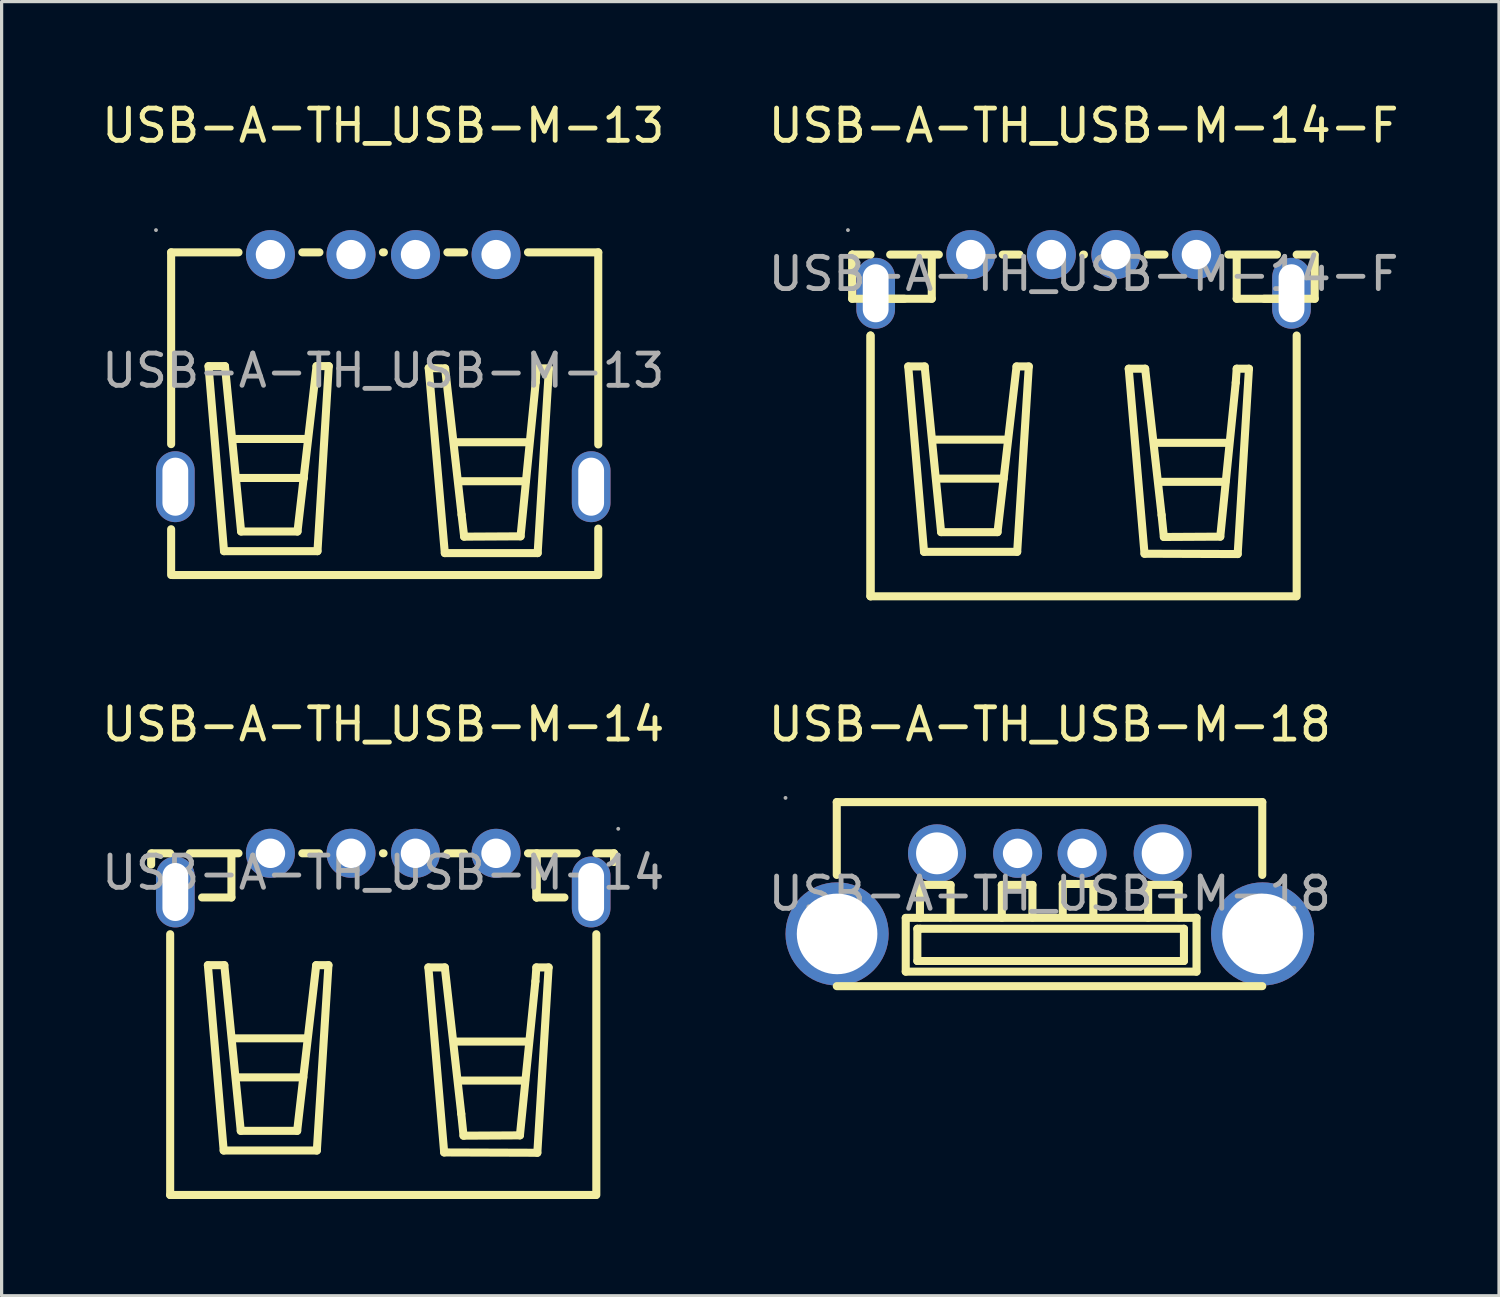
<source format=kicad_pcb>
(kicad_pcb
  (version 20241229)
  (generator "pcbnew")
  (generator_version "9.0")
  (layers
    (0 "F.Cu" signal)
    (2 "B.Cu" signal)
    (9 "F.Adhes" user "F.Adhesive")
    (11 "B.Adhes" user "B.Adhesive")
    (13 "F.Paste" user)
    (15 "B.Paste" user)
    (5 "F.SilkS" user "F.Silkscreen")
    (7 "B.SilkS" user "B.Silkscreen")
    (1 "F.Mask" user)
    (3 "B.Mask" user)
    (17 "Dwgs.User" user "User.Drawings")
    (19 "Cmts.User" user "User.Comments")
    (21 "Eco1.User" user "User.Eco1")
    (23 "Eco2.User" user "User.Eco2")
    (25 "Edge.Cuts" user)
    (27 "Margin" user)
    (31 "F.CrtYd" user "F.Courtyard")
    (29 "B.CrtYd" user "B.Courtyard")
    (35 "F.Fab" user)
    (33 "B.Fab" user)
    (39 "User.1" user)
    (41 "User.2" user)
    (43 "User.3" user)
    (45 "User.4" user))
  (footprint "USB-A-TH_USB-M-18"
    (layer "F.Cu")
    (at 29.518 24.672)
    (property "Reference" "USB-A-TH_USB-M-18" (at 0 -5.25 0) (layer "F.SilkS") (effects (font (size 1 1) (thickness 0.15))))
    (attr through_hole)
    (fp_line (start -6.61 -2.84) (end -6.61 -0.58) (stroke (width 0.25) (type solid)) (layer "F.SilkS"))
    (fp_line (start -6.61 -2.84) (end 6.59 -2.84) (stroke (width 0.25) (type solid)) (layer "F.SilkS"))
    (fp_line (start -6.61 2.87) (end 6.59 2.87) (stroke (width 0.25) (type solid)) (layer "F.SilkS"))
    (fp_line (start -4.47 0.75) (end 4.51 0.75) (stroke (width 0.25) (type solid)) (layer "F.SilkS"))
    (fp_line (start -4.47 2.42) (end -4.47 0.76) (stroke (width 0.25) (type solid)) (layer "F.SilkS"))
    (fp_line (start -4.11 1.09) (end -4.03 1.09) (stroke (width 0.25) (type solid)) (layer "F.SilkS"))
    (fp_line (start -4.11 2.09) (end -4.11 1.09) (stroke (width 0.25) (type solid)) (layer "F.SilkS"))
    (fp_line (start -4.03 -0.27) (end -3.08 -0.27) (stroke (width 0.25) (type solid)) (layer "F.SilkS"))
    (fp_line (start -4.03 0.75) (end -4.03 -0.27) (stroke (width 0.25) (type solid)) (layer "F.SilkS"))
    (fp_line (start -4.02 1.09) (end 4.16 1.09) (stroke (width 0.25) (type solid)) (layer "F.SilkS"))
    (fp_line (start -3.08 -0.27) (end -3.08 0.74) (stroke (width 0.25) (type solid)) (layer "F.SilkS"))
    (fp_line (start -1.49 -0.27) (end -0.54 -0.27) (stroke (width 0.25) (type solid)) (layer "F.SilkS"))
    (fp_line (start -1.49 0.75) (end -1.49 -0.27) (stroke (width 0.25) (type solid)) (layer "F.SilkS"))
    (fp_line (start -0.54 -0.27) (end -0.54 0.74) (stroke (width 0.25) (type solid)) (layer "F.SilkS"))
    (fp_line (start 0.4 -0.3) (end 1.35 -0.3) (stroke (width 0.25) (type solid)) (layer "F.SilkS"))
    (fp_line (start 0.4 0.72) (end 0.4 -0.3) (stroke (width 0.25) (type solid)) (layer "F.SilkS"))
    (fp_line (start 1.35 -0.3) (end 1.35 0.71) (stroke (width 0.25) (type solid)) (layer "F.SilkS"))
    (fp_line (start 3.05 -0.27) (end 4 -0.27) (stroke (width 0.25) (type solid)) (layer "F.SilkS"))
    (fp_line (start 3.05 0.75) (end 3.05 -0.27) (stroke (width 0.25) (type solid)) (layer "F.SilkS"))
    (fp_line (start 4 -0.27) (end 4 0.74) (stroke (width 0.25) (type solid)) (layer "F.SilkS"))
    (fp_line (start 4.16 1.09) (end 4.16 2.09) (stroke (width 0.25) (type solid)) (layer "F.SilkS"))
    (fp_line (start 4.16 2.09) (end -4.11 2.09) (stroke (width 0.25) (type solid)) (layer "F.SilkS"))
    (fp_line (start 4.51 0.75) (end 4.55 0.75) (stroke (width 0.25) (type solid)) (layer "F.SilkS"))
    (fp_line (start 4.55 0.75) (end 4.55 2.42) (stroke (width 0.25) (type solid)) (layer "F.SilkS"))
    (fp_line (start 4.55 2.42) (end -4.47 2.42) (stroke (width 0.25) (type solid)) (layer "F.SilkS"))
    (fp_line (start 6.59 -2.84) (end 6.59 -0.58) (stroke (width 0.25) (type solid)) (layer "F.SilkS"))
    (fp_circle (center -8.2 -2.97) (end -8.17 -2.97) (stroke (width 0.06) (type solid)) (fill no) (layer "F.Fab"))
    (fp_circle (center -6.6 1.25) (end -6.02 1.25) (stroke (width 1.15) (type solid)) (fill no) (layer "F.Fab"))
    (fp_circle (center -3.5 -1.25) (end -3.22 -1.25) (stroke (width 0.55) (type solid)) (fill no) (layer "F.Fab"))
    (fp_circle (center -1 -1.25) (end -0.82 -1.25) (stroke (width 0.36) (type solid)) (fill no) (layer "F.Fab"))
    (fp_circle (center 1 -1.25) (end 1.18 -1.25) (stroke (width 0.36) (type solid)) (fill no) (layer "F.Fab"))
    (fp_circle (center 3.5 -1.25) (end 3.78 -1.25) (stroke (width 0.55) (type solid)) (fill no) (layer "F.Fab"))
    (fp_circle (center 6.6 1.25) (end 7.18 1.25) (stroke (width 1.15) (type solid)) (fill no) (layer "F.Fab"))
    (fp_text user "${REFERENCE}" (at 0 0 0) (layer "F.Fab") (effects (font (size 1 1) (thickness 0.15))))
    (pad "1" thru_hole circle (at -3.5 -1.25 180) (size 1.8 1.8) (drill 1.3) (layers "*.Cu" "*.Paste" "*.Mask"))
    (pad "2" thru_hole circle (at -1 -1.25 180) (size 1.52 1.52) (drill 0.914) (layers "*.Cu" "*.Paste" "*.Mask"))
    (pad "3" thru_hole circle (at 1 -1.25 180) (size 1.52 1.52) (drill 0.914) (layers "*.Cu" "*.Paste" "*.Mask"))
    (pad "4" thru_hole circle (at 3.5 -1.25 180) (size 1.8 1.8) (drill 1.3) (layers "*.Cu" "*.Paste" "*.Mask"))
    (pad "5" thru_hole circle (at 6.6 1.25 90) (size 3.2 3.2) (drill 2.5) (layers "*.Cu" "*.Paste" "*.Mask"))
    (pad "6" thru_hole circle (at -6.6 1.25 270) (size 3.2 3.2) (drill 2.5) (layers "*.Cu" "*.Paste" "*.Mask")))
  (footprint "USB-A-TH_USB-M-14"
    (layer "F.Cu")
    (at 8.839 24.021)
    (property "Reference" "USB-A-TH_USB-M-14" (at 0 -4.6 0) (layer "F.SilkS") (effects (font (size 1 1) (thickness 0.15))))
    (attr through_hole)
    (fp_line (start -7.2 -0.25) (end -7.2 -0.6) (stroke (width 0.25) (type solid)) (layer "F.SilkS"))
    (fp_line (start -6.61 -0.6) (end -7.16 -0.6) (stroke (width 0.25) (type solid)) (layer "F.SilkS"))
    (fp_line (start -6.61 1.91) (end -6.61 10) (stroke (width 0.25) (type solid)) (layer "F.SilkS"))
    (fp_line (start -6.61 10) (end 6.59 10) (stroke (width 0.25) (type solid)) (layer "F.SilkS"))
    (fp_line (start -6 -0.6) (end -4.49 -0.6) (stroke (width 0.25) (type solid)) (layer "F.SilkS"))
    (fp_line (start -5.44 2.87) (end -4.93 2.87) (stroke (width 0.25) (type solid)) (layer "F.SilkS"))
    (fp_line (start -4.95 8.62) (end -5.44 2.87) (stroke (width 0.25) (type solid)) (layer "F.SilkS"))
    (fp_line (start -4.93 2.87) (end -4.42 8.01) (stroke (width 0.25) (type solid)) (layer "F.SilkS"))
    (fp_line (start -4.71 -0.58) (end -4.71 0.77) (stroke (width 0.25) (type solid)) (layer "F.SilkS"))
    (fp_line (start -4.71 0.77) (end -5.62 0.77) (stroke (width 0.25) (type solid)) (layer "F.SilkS"))
    (fp_line (start -4.65 5.14) (end -2.39 5.14) (stroke (width 0.25) (type solid)) (layer "F.SilkS"))
    (fp_line (start -4.51 6.35) (end -2.48 6.35) (stroke (width 0.25) (type solid)) (layer "F.SilkS"))
    (fp_line (start -4.42 8.01) (end -2.67 8.01) (stroke (width 0.25) (type solid)) (layer "F.SilkS"))
    (fp_line (start -2.67 8.01) (end -2.08 2.87) (stroke (width 0.25) (type solid)) (layer "F.SilkS"))
    (fp_line (start -2.51 -0.6) (end -1.99 -0.6) (stroke (width 0.25) (type solid)) (layer "F.SilkS"))
    (fp_line (start -2.08 2.87) (end -1.7 2.87) (stroke (width 0.25) (type solid)) (layer "F.SilkS"))
    (fp_line (start -2.06 8.62) (end -4.95 8.62) (stroke (width 0.25) (type solid)) (layer "F.SilkS"))
    (fp_line (start -1.7 2.87) (end -2.06 8.62) (stroke (width 0.25) (type solid)) (layer "F.SilkS"))
    (fp_line (start -0.01 -0.6) (end 0.01 -0.6) (stroke (width 0.25) (type solid)) (layer "F.SilkS"))
    (fp_line (start 1.4 2.94) (end 1.91 2.94) (stroke (width 0.25) (type solid)) (layer "F.SilkS"))
    (fp_line (start 1.89 8.68) (end 1.4 2.94) (stroke (width 0.25) (type solid)) (layer "F.SilkS"))
    (fp_line (start 1.91 2.94) (end 2.42 7.48) (stroke (width 0.25) (type solid)) (layer "F.SilkS"))
    (fp_line (start 1.99 -0.6) (end 2.51 -0.6) (stroke (width 0.25) (type solid)) (layer "F.SilkS"))
    (fp_line (start 2.23 5.24) (end 4.49 5.24) (stroke (width 0.25) (type solid)) (layer "F.SilkS"))
    (fp_line (start 2.37 6.45) (end 4.4 6.45) (stroke (width 0.25) (type solid)) (layer "F.SilkS"))
    (fp_line (start 2.42 7.48) (end 2.49 8.16) (stroke (width 0.25) (type solid)) (layer "F.SilkS"))
    (fp_line (start 2.49 8.16) (end 4.24 8.15) (stroke (width 0.25) (type solid)) (layer "F.SilkS"))
    (fp_line (start 4.24 8.15) (end 4.72 3.37) (stroke (width 0.25) (type solid)) (layer "F.SilkS"))
    (fp_line (start 4.49 -0.6) (end 6 -0.6) (stroke (width 0.25) (type solid)) (layer "F.SilkS"))
    (fp_line (start 4.72 3.37) (end 4.75 2.94) (stroke (width 0.25) (type solid)) (layer "F.SilkS"))
    (fp_line (start 4.75 -0.58) (end 4.75 0.77) (stroke (width 0.25) (type solid)) (layer "F.SilkS"))
    (fp_line (start 4.75 2.94) (end 5.13 2.94) (stroke (width 0.25) (type solid)) (layer "F.SilkS"))
    (fp_line (start 4.76 -0.6) (end 4.76 0.77) (stroke (width 0.25) (type solid)) (layer "F.SilkS"))
    (fp_line (start 4.76 0.77) (end 5.62 0.77) (stroke (width 0.25) (type solid)) (layer "F.SilkS"))
    (fp_line (start 4.78 8.69) (end 1.89 8.68) (stroke (width 0.25) (type solid)) (layer "F.SilkS"))
    (fp_line (start 5.13 2.94) (end 4.78 8.69) (stroke (width 0.25) (type solid)) (layer "F.SilkS"))
    (fp_line (start 6.61 -0.6) (end 7.16 -0.6) (stroke (width 0.25) (type solid)) (layer "F.SilkS"))
    (fp_line (start 6.61 1.91) (end 6.61 10) (stroke (width 0.25) (type solid)) (layer "F.SilkS"))
    (fp_line (start 7.16 -0.6) (end 7.16 -0.33) (stroke (width 0.25) (type solid)) (layer "F.SilkS"))
    (fp_circle (center -3.5 -0.6) (end -3.32 -0.6) (stroke (width 0.36) (type solid)) (fill no) (layer "F.Fab"))
    (fp_circle (center -1 -0.6) (end -0.82 -0.6) (stroke (width 0.36) (type solid)) (fill no) (layer "F.Fab"))
    (fp_circle (center 1 -0.6) (end 1.18 -0.6) (stroke (width 0.36) (type solid)) (fill no) (layer "F.Fab"))
    (fp_circle (center 3.5 -0.6) (end 3.68 -0.6) (stroke (width 0.36) (type solid)) (fill no) (layer "F.Fab"))
    (fp_circle (center 7.29 -1.36) (end 7.32 -1.36) (stroke (width 0.06) (type solid)) (fill no) (layer "F.Fab"))
    (fp_text user "${REFERENCE}" (at 0 0 0) (layer "F.Fab") (effects (font (size 1 1) (thickness 0.15))))
    (pad "1" thru_hole circle (at 3.5 -0.6) (size 1.52 1.52) (drill 0.914) (layers "*.Cu" "*.Paste" "*.Mask"))
    (pad "2" thru_hole circle (at 1 -0.6) (size 1.52 1.52) (drill 0.914) (layers "*.Cu" "*.Paste" "*.Mask"))
    (pad "3" thru_hole circle (at -1 -0.6) (size 1.52 1.52) (drill 0.914) (layers "*.Cu" "*.Paste" "*.Mask"))
    (pad "4" thru_hole circle (at -3.5 -0.6) (size 1.52 1.52) (drill 0.914) (layers "*.Cu" "*.Paste" "*.Mask"))
    (pad "5" thru_hole oval (at -6.45 0.6 270) (size 2.2 1.2) (drill oval 1.8 0.8) (layers "*.Cu" "*.Paste" "*.Mask"))
    (pad "6" thru_hole oval (at 6.45 0.6 90) (size 2.2 1.2) (drill oval 1.8 0.8) (layers "*.Cu" "*.Paste" "*.Mask")))
  (footprint "USB-A-TH_USB-M-14-F"
    (layer "F.Cu")
    (at 30.565 5.448)
    (property "Reference" "USB-A-TH_USB-M-14-F" (at 0 -4.6 0) (layer "F.SilkS") (effects (font (size 1 1) (thickness 0.15))))
    (attr through_hole)
    (fp_line (start -7.18 -0.6) (end -7.18 -0.6) (stroke (width 0.25) (type solid)) (layer "F.SilkS"))
    (fp_line (start -7.18 -0.6) (end -7.18 0.77) (stroke (width 0.25) (type solid)) (layer "F.SilkS"))
    (fp_line (start -7.18 0.77) (end -5.56 0.77) (stroke (width 0.25) (type solid)) (layer "F.SilkS"))
    (fp_line (start -6.61 -0.6) (end -7.16 -0.6) (stroke (width 0.25) (type solid)) (layer "F.SilkS"))
    (fp_line (start -6.61 1.91) (end -6.61 10) (stroke (width 0.25) (type solid)) (layer "F.SilkS"))
    (fp_line (start -6.61 1.91) (end -6.61 10) (stroke (width 0.25) (type solid)) (layer "F.SilkS"))
    (fp_line (start -6.61 10) (end 6.59 10) (stroke (width 0.25) (type solid)) (layer "F.SilkS"))
    (fp_line (start -6 -0.6) (end -4.49 -0.6) (stroke (width 0.25) (type solid)) (layer "F.SilkS"))
    (fp_line (start -5.44 2.87) (end -4.93 2.87) (stroke (width 0.25) (type solid)) (layer "F.SilkS"))
    (fp_line (start -4.95 8.62) (end -5.44 2.87) (stroke (width 0.25) (type solid)) (layer "F.SilkS"))
    (fp_line (start -4.93 2.87) (end -4.42 8.01) (stroke (width 0.25) (type solid)) (layer "F.SilkS"))
    (fp_line (start -4.71 -0.58) (end -4.71 0.77) (stroke (width 0.25) (type solid)) (layer "F.SilkS"))
    (fp_line (start -4.71 0.77) (end -6.59 0.77) (stroke (width 0.25) (type solid)) (layer "F.SilkS"))
    (fp_line (start -4.65 5.14) (end -2.39 5.14) (stroke (width 0.25) (type solid)) (layer "F.SilkS"))
    (fp_line (start -4.51 6.35) (end -2.48 6.35) (stroke (width 0.25) (type solid)) (layer "F.SilkS"))
    (fp_line (start -4.42 8.01) (end -2.67 8.01) (stroke (width 0.25) (type solid)) (layer "F.SilkS"))
    (fp_line (start -2.67 8.01) (end -2.08 2.87) (stroke (width 0.25) (type solid)) (layer "F.SilkS"))
    (fp_line (start -2.51 -0.6) (end -1.99 -0.6) (stroke (width 0.25) (type solid)) (layer "F.SilkS"))
    (fp_line (start -2.08 2.87) (end -1.7 2.87) (stroke (width 0.25) (type solid)) (layer "F.SilkS"))
    (fp_line (start -2.06 8.62) (end -4.95 8.62) (stroke (width 0.25) (type solid)) (layer "F.SilkS"))
    (fp_line (start -1.7 2.87) (end -2.06 8.62) (stroke (width 0.25) (type solid)) (layer "F.SilkS"))
    (fp_line (start -0.01 -0.6) (end 0.01 -0.6) (stroke (width 0.25) (type solid)) (layer "F.SilkS"))
    (fp_line (start 1.4 2.94) (end 1.91 2.94) (stroke (width 0.25) (type solid)) (layer "F.SilkS"))
    (fp_line (start 1.89 8.68) (end 1.4 2.94) (stroke (width 0.25) (type solid)) (layer "F.SilkS"))
    (fp_line (start 1.91 2.94) (end 2.42 7.48) (stroke (width 0.25) (type solid)) (layer "F.SilkS"))
    (fp_line (start 1.99 -0.6) (end 2.51 -0.6) (stroke (width 0.25) (type solid)) (layer "F.SilkS"))
    (fp_line (start 2.23 5.24) (end 4.49 5.24) (stroke (width 0.25) (type solid)) (layer "F.SilkS"))
    (fp_line (start 2.37 6.45) (end 4.4 6.45) (stroke (width 0.25) (type solid)) (layer "F.SilkS"))
    (fp_line (start 2.42 7.48) (end 2.49 8.16) (stroke (width 0.25) (type solid)) (layer "F.SilkS"))
    (fp_line (start 2.49 8.16) (end 4.24 8.15) (stroke (width 0.25) (type solid)) (layer "F.SilkS"))
    (fp_line (start 4.24 8.15) (end 4.72 3.37) (stroke (width 0.25) (type solid)) (layer "F.SilkS"))
    (fp_line (start 4.49 -0.6) (end 6 -0.6) (stroke (width 0.25) (type solid)) (layer "F.SilkS"))
    (fp_line (start 4.72 3.37) (end 4.75 2.94) (stroke (width 0.25) (type solid)) (layer "F.SilkS"))
    (fp_line (start 4.75 -0.58) (end 4.75 0.77) (stroke (width 0.25) (type solid)) (layer "F.SilkS"))
    (fp_line (start 4.75 0.77) (end 6.63 0.77) (stroke (width 0.25) (type solid)) (layer "F.SilkS"))
    (fp_line (start 4.75 2.94) (end 5.13 2.94) (stroke (width 0.25) (type solid)) (layer "F.SilkS"))
    (fp_line (start 4.78 8.69) (end 1.89 8.68) (stroke (width 0.25) (type solid)) (layer "F.SilkS"))
    (fp_line (start 5.13 2.94) (end 4.78 8.69) (stroke (width 0.25) (type solid)) (layer "F.SilkS"))
    (fp_line (start 6.61 -0.6) (end 7.16 -0.6) (stroke (width 0.25) (type solid)) (layer "F.SilkS"))
    (fp_line (start 6.61 1.91) (end 6.61 10) (stroke (width 0.25) (type solid)) (layer "F.SilkS"))
    (fp_line (start 7.17 -0.6) (end 7.17 0.77) (stroke (width 0.25) (type solid)) (layer "F.SilkS"))
    (fp_line (start 7.17 0.77) (end 5.6 0.77) (stroke (width 0.25) (type solid)) (layer "F.SilkS"))
    (fp_circle (center -7.31 -1.36) (end -7.28 -1.36) (stroke (width 0.06) (type solid)) (fill no) (layer "F.Fab"))
    (fp_circle (center -3.5 -0.6) (end -3.32 -0.6) (stroke (width 0.36) (type solid)) (fill no) (layer "F.Fab"))
    (fp_circle (center -1 -0.6) (end -0.82 -0.6) (stroke (width 0.36) (type solid)) (fill no) (layer "F.Fab"))
    (fp_circle (center 1 -0.6) (end 1.18 -0.6) (stroke (width 0.36) (type solid)) (fill no) (layer "F.Fab"))
    (fp_circle (center 3.5 -0.6) (end 3.68 -0.6) (stroke (width 0.36) (type solid)) (fill no) (layer "F.Fab"))
    (fp_text user "${REFERENCE}" (at 0 0 0) (layer "F.Fab") (effects (font (size 1 1) (thickness 0.15))))
    (pad "1" thru_hole circle (at -3.5 -0.6) (size 1.52 1.52) (drill 0.914) (layers "*.Cu" "*.Paste" "*.Mask"))
    (pad "2" thru_hole circle (at -1 -0.6) (size 1.52 1.52) (drill 0.914) (layers "*.Cu" "*.Paste" "*.Mask"))
    (pad "3" thru_hole circle (at 1 -0.6) (size 1.52 1.52) (drill 0.914) (layers "*.Cu" "*.Paste" "*.Mask"))
    (pad "4" thru_hole circle (at 3.5 -0.6) (size 1.52 1.52) (drill 0.914) (layers "*.Cu" "*.Paste" "*.Mask"))
    (pad "5" thru_hole oval (at 6.45 0.6 90) (size 2.2 1.2) (drill oval 1.8 0.8) (layers "*.Cu" "*.Paste" "*.Mask"))
    (pad "6" thru_hole oval (at -6.45 0.6 270) (size 2.2 1.2) (drill oval 1.8 0.8) (layers "*.Cu" "*.Paste" "*.Mask")))
  (footprint "USB-A-TH_USB-M-13"
    (layer "F.Cu")
    (at 8.839 8.448)
    (property "Reference" "USB-A-TH_USB-M-13" (at 0 -7.6 0) (layer "F.SilkS") (effects (font (size 1 1) (thickness 0.15))))
    (attr through_hole)
    (fp_line (start -6.58 -3.67) (end -6.58 2.28) (stroke (width 0.25) (type solid)) (layer "F.SilkS"))
    (fp_line (start -6.58 4.92) (end -6.58 6.34) (stroke (width 0.25) (type solid)) (layer "F.SilkS"))
    (fp_line (start -6.54 6.34) (end 6.66 6.34) (stroke (width 0.25) (type solid)) (layer "F.SilkS"))
    (fp_line (start -5.42 -0.14) (end -4.91 -0.14) (stroke (width 0.25) (type solid)) (layer "F.SilkS"))
    (fp_line (start -4.94 5.6) (end -5.42 -0.14) (stroke (width 0.25) (type solid)) (layer "F.SilkS"))
    (fp_line (start -4.91 -0.14) (end -4.41 4.99) (stroke (width 0.25) (type solid)) (layer "F.SilkS"))
    (fp_line (start -4.63 2.12) (end -2.37 2.12) (stroke (width 0.25) (type solid)) (layer "F.SilkS"))
    (fp_line (start -4.49 -3.67) (end -6.58 -3.67) (stroke (width 0.25) (type solid)) (layer "F.SilkS"))
    (fp_line (start -4.49 3.33) (end -2.46 3.33) (stroke (width 0.25) (type solid)) (layer "F.SilkS"))
    (fp_line (start -4.41 4.99) (end -2.66 4.99) (stroke (width 0.25) (type solid)) (layer "F.SilkS"))
    (fp_line (start -2.66 4.99) (end -2.07 -0.14) (stroke (width 0.25) (type solid)) (layer "F.SilkS"))
    (fp_line (start -2.07 -0.14) (end -1.69 -0.14) (stroke (width 0.25) (type solid)) (layer "F.SilkS"))
    (fp_line (start -2.04 5.6) (end -4.94 5.6) (stroke (width 0.25) (type solid)) (layer "F.SilkS"))
    (fp_line (start -1.98 -3.67) (end -2.51 -3.67) (stroke (width 0.25) (type solid)) (layer "F.SilkS"))
    (fp_line (start -1.69 -0.14) (end -2.04 5.6) (stroke (width 0.25) (type solid)) (layer "F.SilkS"))
    (fp_line (start 0.02 -3.67) (end -0.01 -3.67) (stroke (width 0.25) (type solid)) (layer "F.SilkS"))
    (fp_line (start 1.41 -0.08) (end 1.92 -0.07) (stroke (width 0.25) (type solid)) (layer "F.SilkS"))
    (fp_line (start 1.91 5.66) (end 1.41 -0.08) (stroke (width 0.25) (type solid)) (layer "F.SilkS"))
    (fp_line (start 1.92 -0.07) (end 2.43 4.47) (stroke (width 0.25) (type solid)) (layer "F.SilkS"))
    (fp_line (start 2.25 2.22) (end 4.51 2.22) (stroke (width 0.25) (type solid)) (layer "F.SilkS"))
    (fp_line (start 2.39 3.43) (end 4.42 3.43) (stroke (width 0.25) (type solid)) (layer "F.SilkS"))
    (fp_line (start 2.43 4.47) (end 2.51 5.15) (stroke (width 0.25) (type solid)) (layer "F.SilkS"))
    (fp_line (start 2.51 -3.67) (end 1.99 -3.67) (stroke (width 0.25) (type solid)) (layer "F.SilkS"))
    (fp_line (start 2.51 5.15) (end 4.26 5.14) (stroke (width 0.25) (type solid)) (layer "F.SilkS"))
    (fp_line (start 4.26 5.14) (end 4.73 0.36) (stroke (width 0.25) (type solid)) (layer "F.SilkS"))
    (fp_line (start 4.73 0.36) (end 4.76 -0.07) (stroke (width 0.25) (type solid)) (layer "F.SilkS"))
    (fp_line (start 4.76 -0.07) (end 5.14 -0.07) (stroke (width 0.25) (type solid)) (layer "F.SilkS"))
    (fp_line (start 4.79 5.66) (end 1.91 5.66) (stroke (width 0.25) (type solid)) (layer "F.SilkS"))
    (fp_line (start 5.14 -0.07) (end 4.79 5.66) (stroke (width 0.25) (type solid)) (layer "F.SilkS"))
    (fp_line (start 6.67 -3.67) (end 4.49 -3.67) (stroke (width 0.25) (type solid)) (layer "F.SilkS"))
    (fp_line (start 6.67 -3.67) (end 6.67 2.29) (stroke (width 0.25) (type solid)) (layer "F.SilkS"))
    (fp_line (start 6.67 4.9) (end 6.67 6.34) (stroke (width 0.25) (type solid)) (layer "F.SilkS"))
    (fp_circle (center -7.05 -4.36) (end -7.02 -4.36) (stroke (width 0.06) (type solid)) (fill no) (layer "F.Fab"))
    (fp_circle (center -3.5 -3.6) (end -3.32 -3.6) (stroke (width 0.35) (type solid)) (fill no) (layer "F.Fab"))
    (fp_circle (center -1 -3.6) (end -0.82 -3.6) (stroke (width 0.35) (type solid)) (fill no) (layer "F.Fab"))
    (fp_circle (center 1 -3.6) (end 1.18 -3.6) (stroke (width 0.35) (type solid)) (fill no) (layer "F.Fab"))
    (fp_circle (center 3.5 -3.6) (end 3.68 -3.6) (stroke (width 0.35) (type solid)) (fill no) (layer "F.Fab"))
    (fp_text user "${REFERENCE}" (at 0 0 0) (layer "F.Fab") (effects (font (size 1 1) (thickness 0.15))))
    (pad "1" thru_hole circle (at -3.5 -3.6) (size 1.52 1.52) (drill 0.91) (layers "*.Cu" "*.Paste" "*.Mask"))
    (pad "2" thru_hole circle (at -1 -3.6) (size 1.52 1.52) (drill 0.91) (layers "*.Cu" "*.Paste" "*.Mask"))
    (pad "3" thru_hole circle (at 1 -3.6) (size 1.52 1.52) (drill 0.91) (layers "*.Cu" "*.Paste" "*.Mask"))
    (pad "4" thru_hole circle (at 3.5 -3.6) (size 1.52 1.52) (drill 0.91) (layers "*.Cu" "*.Paste" "*.Mask"))
    (pad "5" thru_hole oval (at 6.45 3.6 90) (size 2.2 1.2) (drill oval 1.801 0.8) (layers "*.Cu" "*.Paste" "*.Mask"))
    (pad "6" thru_hole oval (at -6.45 3.6 270) (size 2.2 1.2) (drill oval 1.801 0.8) (layers "*.Cu" "*.Paste" "*.Mask")))
  (gr_rect
    (start -3 -3)
    (end 43.452 37.147)
    (stroke (width 0.1) (type default))
    (fill no)
    (layer "Edge.Cuts")))
</source>
